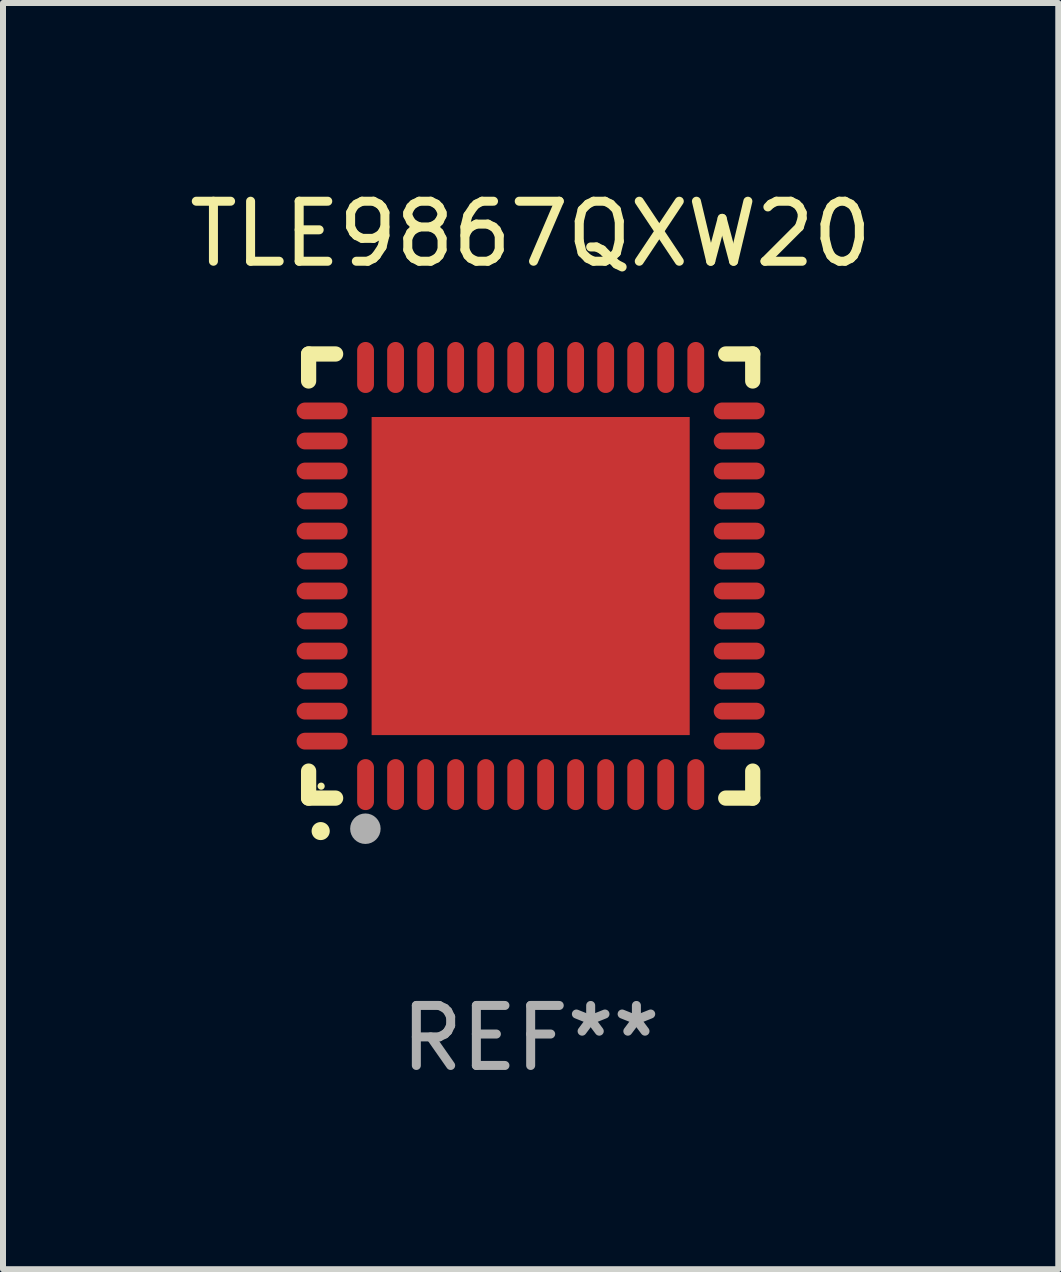
<source format=kicad_pcb>
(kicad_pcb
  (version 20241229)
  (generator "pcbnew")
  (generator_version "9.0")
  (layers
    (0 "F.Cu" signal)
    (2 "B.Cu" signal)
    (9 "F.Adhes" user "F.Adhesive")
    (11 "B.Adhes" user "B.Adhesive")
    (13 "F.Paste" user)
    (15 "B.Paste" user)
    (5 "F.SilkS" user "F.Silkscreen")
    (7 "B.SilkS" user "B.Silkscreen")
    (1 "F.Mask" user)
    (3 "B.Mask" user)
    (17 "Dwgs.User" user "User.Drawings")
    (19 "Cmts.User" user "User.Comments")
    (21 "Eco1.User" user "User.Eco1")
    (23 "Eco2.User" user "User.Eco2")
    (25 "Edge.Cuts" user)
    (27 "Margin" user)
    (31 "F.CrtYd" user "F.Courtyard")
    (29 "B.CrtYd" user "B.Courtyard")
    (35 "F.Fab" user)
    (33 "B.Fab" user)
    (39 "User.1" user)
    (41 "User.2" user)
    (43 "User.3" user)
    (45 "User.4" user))
  (footprint "TLE9867QXW20"
    (layer "F.Cu")
    (at 5.792 6.548)
    (property "Reference" "TLE9867QXW20" (at 0 -5.7 0) (layer "F.SilkS") (effects (font (size 1 1) (thickness 0.15))))
    (attr through_hole)
    (fp_line (start -3.7 -3.7) (end -3.25 -3.7) (stroke (width 0.254) (type solid)) (layer "F.SilkS"))
    (fp_line (start -3.7 -3.25) (end -3.7 -3.7) (stroke (width 0.254) (type solid)) (layer "F.SilkS"))
    (fp_line (start -3.7 3.7) (end -3.7 3.25) (stroke (width 0.254) (type solid)) (layer "F.SilkS"))
    (fp_line (start -3.25 3.7) (end -3.7 3.7) (stroke (width 0.254) (type solid)) (layer "F.SilkS"))
    (fp_line (start 3.25 3.7) (end 3.7 3.7) (stroke (width 0.254) (type solid)) (layer "F.SilkS"))
    (fp_line (start 3.7 -3.7) (end 3.25 -3.7) (stroke (width 0.254) (type solid)) (layer "F.SilkS"))
    (fp_line (start 3.7 -3.25) (end 3.7 -3.7) (stroke (width 0.254) (type solid)) (layer "F.SilkS"))
    (fp_line (start 3.7 3.7) (end 3.7 3.25) (stroke (width 0.254) (type solid)) (layer "F.SilkS"))
    (fp_arc (start -3.500127 4.249428) (mid -3.498857 4.249423) (end -3.497587 4.249428) (stroke (width 0.3) (type solid)) (layer "F.SilkS"))
    (fp_circle (center -3.491 3.501) (end -3.461 3.501) (stroke (width 0.06) (type solid)) (fill no) (layer "F.SilkS"))
    (fp_circle (center -2.754 4.21) (end -2.627 4.21) (stroke (width 0.254) (type solid)) (fill no) (layer "F.Fab"))
    (fp_text user "REF**" (at 0 7.7 0) (layer "F.Fab") (effects (font (size 1 1) (thickness 0.15))))
    (pad "1" smd oval (at -2.751 3.475) (size 0.28 0.85) (layers "F.Cu" "F.Mask" "F.Paste"))
    (pad "2" smd oval (at -2.251 3.475) (size 0.28 0.85) (layers "F.Cu" "F.Mask" "F.Paste"))
    (pad "3" smd oval (at -1.75 3.475) (size 0.28 0.85) (layers "F.Cu" "F.Mask" "F.Paste"))
    (pad "4" smd oval (at -1.25 3.475) (size 0.28 0.85) (layers "F.Cu" "F.Mask" "F.Paste"))
    (pad "5" smd oval (at -0.749 3.475) (size 0.28 0.85) (layers "F.Cu" "F.Mask" "F.Paste"))
    (pad "6" smd oval (at -0.249 3.475) (size 0.28 0.85) (layers "F.Cu" "F.Mask" "F.Paste"))
    (pad "7" smd oval (at 0.249 3.475) (size 0.28 0.85) (layers "F.Cu" "F.Mask" "F.Paste"))
    (pad "8" smd oval (at 0.749 3.475) (size 0.28 0.85) (layers "F.Cu" "F.Mask" "F.Paste"))
    (pad "9" smd oval (at 1.25 3.475) (size 0.28 0.85) (layers "F.Cu" "F.Mask" "F.Paste"))
    (pad "10" smd oval (at 1.75 3.475) (size 0.28 0.85) (layers "F.Cu" "F.Mask" "F.Paste"))
    (pad "11" smd oval (at 2.25 3.475) (size 0.28 0.85) (layers "F.Cu" "F.Mask" "F.Paste"))
    (pad "12" smd oval (at 2.751 3.475) (size 0.28 0.85) (layers "F.Cu" "F.Mask" "F.Paste"))
    (pad "13" smd oval (at 3.475 2.751) (size 0.85 0.28) (layers "F.Cu" "F.Mask" "F.Paste"))
    (pad "14" smd oval (at 3.475 2.251) (size 0.85 0.28) (layers "F.Cu" "F.Mask" "F.Paste"))
    (pad "15" smd oval (at 3.475 1.75) (size 0.85 0.28) (layers "F.Cu" "F.Mask" "F.Paste"))
    (pad "16" smd oval (at 3.475 1.25) (size 0.85 0.28) (layers "F.Cu" "F.Mask" "F.Paste"))
    (pad "17" smd oval (at 3.475 0.749) (size 0.85 0.28) (layers "F.Cu" "F.Mask" "F.Paste"))
    (pad "18" smd oval (at 3.475 0.249) (size 0.85 0.28) (layers "F.Cu" "F.Mask" "F.Paste"))
    (pad "19" smd oval (at 3.475 -0.249) (size 0.85 0.28) (layers "F.Cu" "F.Mask" "F.Paste"))
    (pad "20" smd oval (at 3.475 -0.749) (size 0.85 0.28) (layers "F.Cu" "F.Mask" "F.Paste"))
    (pad "21" smd oval (at 3.475 -1.25) (size 0.85 0.28) (layers "F.Cu" "F.Mask" "F.Paste"))
    (pad "22" smd oval (at 3.475 -1.75) (size 0.85 0.28) (layers "F.Cu" "F.Mask" "F.Paste"))
    (pad "23" smd oval (at 3.475 -2.25) (size 0.85 0.28) (layers "F.Cu" "F.Mask" "F.Paste"))
    (pad "24" smd oval (at 3.475 -2.751) (size 0.85 0.28) (layers "F.Cu" "F.Mask" "F.Paste"))
    (pad "25" smd oval (at 2.751 -3.475) (size 0.28 0.85) (layers "F.Cu" "F.Mask" "F.Paste"))
    (pad "26" smd oval (at 2.25 -3.475) (size 0.28 0.85) (layers "F.Cu" "F.Mask" "F.Paste"))
    (pad "27" smd oval (at 1.75 -3.475) (size 0.28 0.85) (layers "F.Cu" "F.Mask" "F.Paste"))
    (pad "28" smd oval (at 1.25 -3.475) (size 0.28 0.85) (layers "F.Cu" "F.Mask" "F.Paste"))
    (pad "29" smd oval (at 0.749 -3.475) (size 0.28 0.85) (layers "F.Cu" "F.Mask" "F.Paste"))
    (pad "30" smd oval (at 0.249 -3.475) (size 0.28 0.85) (layers "F.Cu" "F.Mask" "F.Paste"))
    (pad "31" smd oval (at -0.249 -3.475) (size 0.28 0.85) (layers "F.Cu" "F.Mask" "F.Paste"))
    (pad "32" smd oval (at -0.749 -3.475) (size 0.28 0.85) (layers "F.Cu" "F.Mask" "F.Paste"))
    (pad "33" smd oval (at -1.25 -3.475) (size 0.28 0.85) (layers "F.Cu" "F.Mask" "F.Paste"))
    (pad "34" smd oval (at -1.75 -3.475) (size 0.28 0.85) (layers "F.Cu" "F.Mask" "F.Paste"))
    (pad "35" smd oval (at -2.251 -3.475) (size 0.28 0.85) (layers "F.Cu" "F.Mask" "F.Paste"))
    (pad "36" smd oval (at -2.751 -3.475) (size 0.28 0.85) (layers "F.Cu" "F.Mask" "F.Paste"))
    (pad "37" smd oval (at -3.475 -2.751) (size 0.85 0.28) (layers "F.Cu" "F.Mask" "F.Paste"))
    (pad "38" smd oval (at -3.475 -2.25) (size 0.85 0.28) (layers "F.Cu" "F.Mask" "F.Paste"))
    (pad "39" smd oval (at -3.475 -1.75) (size 0.85 0.28) (layers "F.Cu" "F.Mask" "F.Paste"))
    (pad "40" smd oval (at -3.475 -1.25) (size 0.85 0.28) (layers "F.Cu" "F.Mask" "F.Paste"))
    (pad "41" smd oval (at -3.475 -0.749) (size 0.85 0.28) (layers "F.Cu" "F.Mask" "F.Paste"))
    (pad "42" smd oval (at -3.475 -0.249) (size 0.85 0.28) (layers "F.Cu" "F.Mask" "F.Paste"))
    (pad "43" smd oval (at -3.475 0.249) (size 0.85 0.28) (layers "F.Cu" "F.Mask" "F.Paste"))
    (pad "44" smd oval (at -3.475 0.749) (size 0.85 0.28) (layers "F.Cu" "F.Mask" "F.Paste"))
    (pad "45" smd oval (at -3.475 1.25) (size 0.85 0.28) (layers "F.Cu" "F.Mask" "F.Paste"))
    (pad "46" smd oval (at -3.475 1.75) (size 0.85 0.28) (layers "F.Cu" "F.Mask" "F.Paste"))
    (pad "47" smd oval (at -3.475 2.251) (size 0.85 0.28) (layers "F.Cu" "F.Mask" "F.Paste"))
    (pad "48" smd oval (at -3.475 2.751) (size 0.85 0.28) (layers "F.Cu" "F.Mask" "F.Paste"))
    (pad "49" smd rect (at -0.000102 0.000102) (size 5.3 5.3) (layers "F.Cu" "F.Mask" "F.Paste")))
  (gr_rect
    (start -3 -3)
    (end 14.583 18.097)
    (stroke (width 0.1) (type default))
    (fill no)
    (layer "Edge.Cuts")))
</source>
